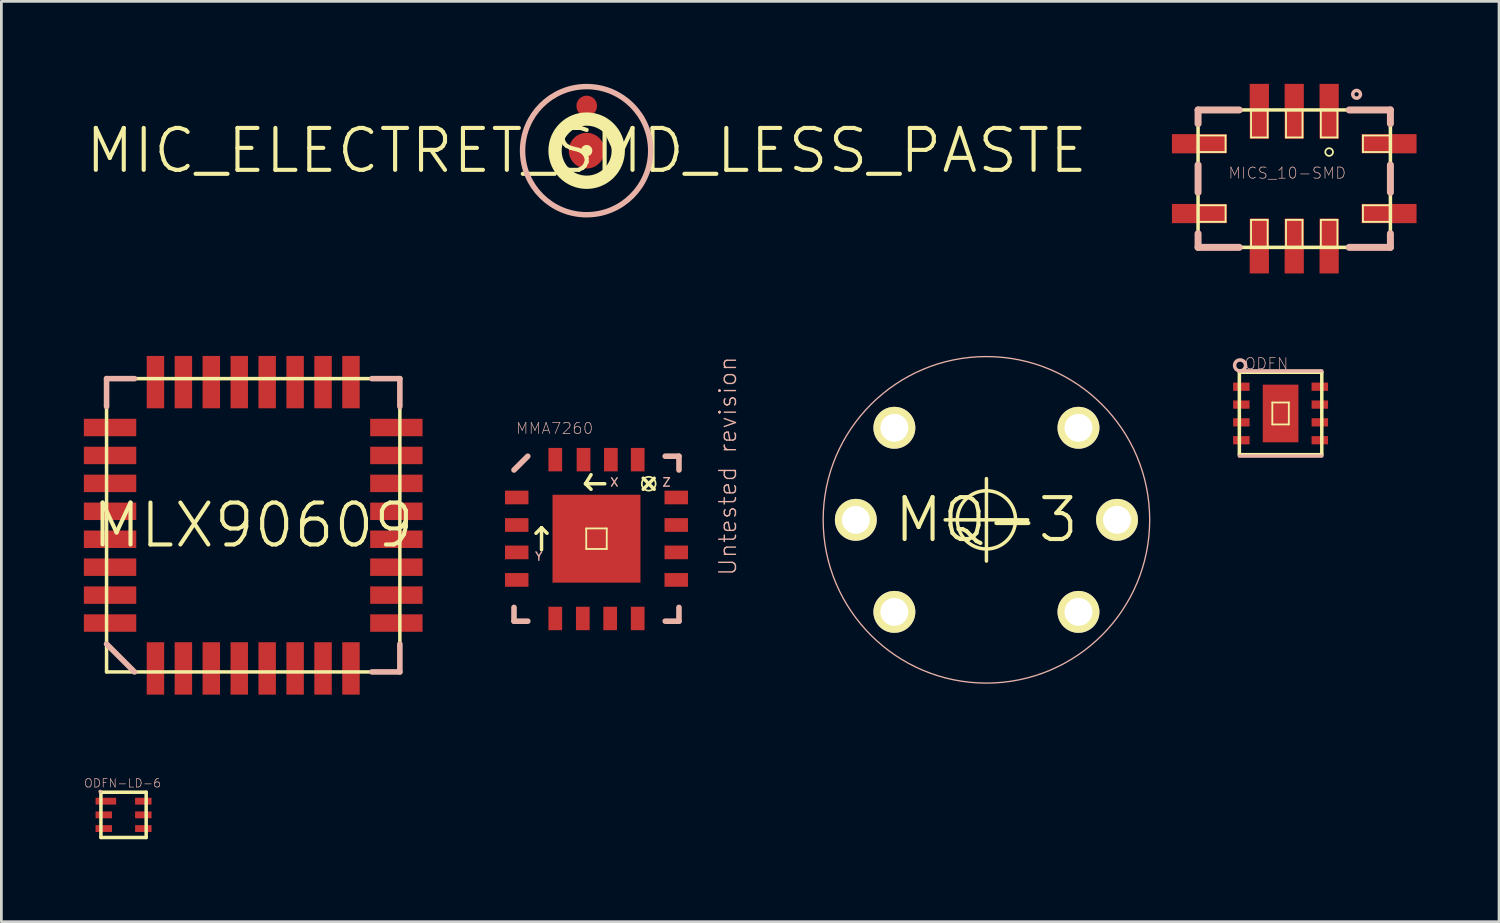
<source format=kicad_pcb>
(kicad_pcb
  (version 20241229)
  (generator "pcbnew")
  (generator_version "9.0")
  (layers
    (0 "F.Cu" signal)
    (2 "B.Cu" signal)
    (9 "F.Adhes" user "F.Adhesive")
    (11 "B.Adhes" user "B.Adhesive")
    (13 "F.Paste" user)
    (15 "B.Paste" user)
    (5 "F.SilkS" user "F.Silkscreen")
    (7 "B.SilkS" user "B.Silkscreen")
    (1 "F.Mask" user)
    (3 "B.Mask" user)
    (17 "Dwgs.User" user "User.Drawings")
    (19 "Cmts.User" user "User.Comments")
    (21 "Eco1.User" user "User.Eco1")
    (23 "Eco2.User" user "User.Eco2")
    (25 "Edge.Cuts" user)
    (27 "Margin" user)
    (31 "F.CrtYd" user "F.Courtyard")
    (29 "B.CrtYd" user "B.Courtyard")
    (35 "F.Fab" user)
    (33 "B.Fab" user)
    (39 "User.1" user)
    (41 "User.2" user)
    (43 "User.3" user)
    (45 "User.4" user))
  (footprint "MMA7260"
    (layer "F.Cu")
    (at 18.646 16.544)
    (property "Reference" "MMA7260" (at -1.524 -4.013 0) (layer "B.SilkS") (effects (font (size 0.406 0.406) (thickness 0.025))))
    (attr smd)
    (fp_line (start -1.999 -0.399) (end -2.2 -0.198) (stroke (width 0.127) (type solid)) (layer "F.SilkS"))
    (fp_line (start -1.999 -0.399) (end -1.798 -0.198) (stroke (width 0.127) (type solid)) (layer "F.SilkS"))
    (fp_line (start -1.999 0.399) (end -1.999 -0.399) (stroke (width 0.127) (type solid)) (layer "F.SilkS"))
    (fp_line (start -0.399 -1.999) (end -0.198 -2.327) (stroke (width 0.127) (type solid)) (layer "F.SilkS"))
    (fp_line (start -0.399 -1.999) (end -0.198 -1.798) (stroke (width 0.127) (type solid)) (layer "F.SilkS"))
    (fp_line (start -0.373 -0.373) (end 0.373 -0.373) (stroke (width 0.066) (type solid)) (layer "F.SilkS"))
    (fp_line (start -0.373 0.373) (end -0.373 -0.373) (stroke (width 0.066) (type solid)) (layer "F.SilkS"))
    (fp_line (start -0.373 0.373) (end 0.373 0.373) (stroke (width 0.066) (type solid)) (layer "F.SilkS"))
    (fp_line (start 0.3 -1.999) (end -0.399 -1.999) (stroke (width 0.127) (type solid)) (layer "F.SilkS"))
    (fp_line (start 0.373 0.373) (end 0.373 -0.373) (stroke (width 0.066) (type solid)) (layer "F.SilkS"))
    (fp_line (start 2.098 -2.2) (end 1.699 -1.798) (stroke (width 0.127) (type solid)) (layer "F.SilkS"))
    (fp_line (start 2.098 -1.798) (end 1.699 -2.2) (stroke (width 0.127) (type solid)) (layer "F.SilkS"))
    (fp_circle (center 1.9 -1.999) (end 2.078 -2.177) (stroke (width 0.064) (type solid)) (fill no) (layer "F.SilkS"))
    (fp_line (start -3 -2.499) (end -2.499 -3) (stroke (width 0.203) (type solid)) (layer "B.SilkS"))
    (fp_line (start -3 3) (end -3 2.499) (stroke (width 0.203) (type solid)) (layer "B.SilkS"))
    (fp_line (start -3 3) (end -2.499 3) (stroke (width 0.203) (type solid)) (layer "B.SilkS"))
    (fp_line (start 3 -3) (end 2.499 -3) (stroke (width 0.203) (type solid)) (layer "B.SilkS"))
    (fp_line (start 3 -3) (end 3 -2.499) (stroke (width 0.203) (type solid)) (layer "B.SilkS"))
    (fp_line (start 3 2.499) (end 3 3) (stroke (width 0.203) (type solid)) (layer "B.SilkS"))
    (fp_line (start 3 3) (end 2.499 3) (stroke (width 0.203) (type solid)) (layer "B.SilkS"))
    (fp_text user "X" (at 0.65 -2.052 0) (layer "B.SilkS") (effects (font (size 0.305 0.305) (thickness 0.051))))
    (fp_text user "Z" (at 2.55 -2.052 0) (layer "B.SilkS") (effects (font (size 0.305 0.305) (thickness 0.051))))
    (fp_text user "Untested revision" (at 4.775 -2.642 90) (layer "B.SilkS") (effects (font (size 0.61 0.61) (thickness 0.051))))
    (fp_text user "Y" (at -2.098 0.645 0) (layer "B.SilkS") (effects (font (size 0.305 0.305) (thickness 0.051))))
    (pad "1" smd rect (at -2.901 -1.499 180) (size 0.853 0.498) (layers "F.Cu" "F.Mask" "F.Paste"))
    (pad "2" smd rect (at -2.901 -0.498 180) (size 0.853 0.498) (layers "F.Cu" "F.Mask" "F.Paste"))
    (pad "3" smd rect (at -2.901 0.498 180) (size 0.853 0.498) (layers "F.Cu" "F.Mask" "F.Paste"))
    (pad "4" smd rect (at -2.901 1.499 180) (size 0.853 0.498) (layers "F.Cu" "F.Mask" "F.Paste"))
    (pad "5" smd rect (at -1.499 2.901 270) (size 0.853 0.498) (layers "F.Cu" "F.Mask" "F.Paste"))
    (pad "6" smd rect (at -0.498 2.901 270) (size 0.853 0.498) (layers "F.Cu" "F.Mask" "F.Paste"))
    (pad "7" smd rect (at 0.498 2.901 270) (size 0.853 0.498) (layers "F.Cu" "F.Mask" "F.Paste"))
    (pad "8" smd rect (at 1.499 2.901 270) (size 0.853 0.498) (layers "F.Cu" "F.Mask" "F.Paste"))
    (pad "9" smd rect (at 2.901 1.499 180) (size 0.853 0.498) (layers "F.Cu" "F.Mask" "F.Paste"))
    (pad "10" smd rect (at 2.901 0.498 180) (size 0.853 0.498) (layers "F.Cu" "F.Mask" "F.Paste"))
    (pad "11" smd rect (at 2.901 -0.498 180) (size 0.853 0.498) (layers "F.Cu" "F.Mask" "F.Paste"))
    (pad "12" smd rect (at 2.901 -1.499 180) (size 0.853 0.498) (layers "F.Cu" "F.Mask" "F.Paste"))
    (pad "13" smd rect (at 1.499 -2.875 90) (size 0.853 0.498) (layers "F.Cu" "F.Mask" "F.Paste"))
    (pad "14" smd rect (at 0.523 -2.875 90) (size 0.853 0.498) (layers "F.Cu" "F.Mask" "F.Paste"))
    (pad "15" smd rect (at -0.472 -2.875 90) (size 0.853 0.498) (layers "F.Cu" "F.Mask" "F.Paste"))
    (pad "16" smd rect (at -1.499 -2.875 90) (size 0.853 0.498) (layers "F.Cu" "F.Mask" "F.Paste"))
    (pad "PAD" smd rect (at 0 0 270) (size 3.198 3.198) (layers "F.Cu" "F.Mask" "F.Paste")))
  (footprint "ODFN"
    (layer "F.Cu")
    (at 43.528 11.989)
    (property "Reference" "ODFN" (at -0.513 -1.811 0) (layer "B.SilkS") (effects (font (size 0.406 0.406) (thickness 0.025))))
    (attr smd)
    (fp_line (start -1.499 -1.499) (end -1.499 1.499) (stroke (width 0.127) (type solid)) (layer "F.SilkS"))
    (fp_line (start -1.499 1.499) (end 1.499 1.499) (stroke (width 0.127) (type solid)) (layer "F.SilkS"))
    (fp_line (start -0.3 -0.399) (end 0.3 -0.399) (stroke (width 0.066) (type solid)) (layer "F.SilkS"))
    (fp_line (start -0.3 0.399) (end -0.3 -0.399) (stroke (width 0.066) (type solid)) (layer "F.SilkS"))
    (fp_line (start -0.3 0.399) (end 0.3 0.399) (stroke (width 0.066) (type solid)) (layer "F.SilkS"))
    (fp_line (start 0.3 0.399) (end 0.3 -0.399) (stroke (width 0.066) (type solid)) (layer "F.SilkS"))
    (fp_line (start 1.499 -1.499) (end -1.499 -1.499) (stroke (width 0.127) (type solid)) (layer "F.SilkS"))
    (fp_line (start 1.499 1.499) (end 1.499 -1.499) (stroke (width 0.127) (type solid)) (layer "F.SilkS"))
    (fp_line (start -1.499 -1.549) (end -1.448 -1.549) (stroke (width 0.127) (type solid)) (layer "B.SilkS"))
    (fp_line (start -1.499 1.549) (end 1.499 1.549) (stroke (width 0.127) (type solid)) (layer "B.SilkS"))
    (fp_line (start -1.448 -1.549) (end 1.499 -1.549) (stroke (width 0.127) (type solid)) (layer "B.SilkS"))
    (fp_arc (start -1.4986 -1.5494) (mid -1.472657 -1.947261) (end -1.448878 -1.549265) (stroke (width 0.127) (type solid)) (layer "B.SilkS"))
    (pad "1" smd rect (at -1.427 -0.973) (size 0.599 0.3) (layers "F.Cu" "F.Mask" "F.Paste"))
    (pad "2" smd rect (at -1.427 -0.323) (size 0.599 0.3) (layers "F.Cu" "F.Mask" "F.Paste"))
    (pad "3" smd rect (at -1.427 0.323) (size 0.599 0.3) (layers "F.Cu" "F.Mask" "F.Paste"))
    (pad "4" smd rect (at -1.427 0.973) (size 0.599 0.3) (layers "F.Cu" "F.Mask" "F.Paste"))
    (pad "5" smd rect (at 1.427 0.973 180) (size 0.599 0.3) (layers "F.Cu" "F.Mask" "F.Paste"))
    (pad "6" smd rect (at 1.427 0.323 180) (size 0.599 0.3) (layers "F.Cu" "F.Mask" "F.Paste"))
    (pad "7" smd rect (at 1.427 -0.323 180) (size 0.599 0.3) (layers "F.Cu" "F.Mask" "F.Paste"))
    (pad "8" smd rect (at 1.427 -0.973 180) (size 0.599 0.3) (layers "F.Cu" "F.Mask" "F.Paste"))
    (pad "NC" smd rect (at 0 0) (size 1.298 2.098) (layers "F.Cu" "F.Mask" "F.Paste")))
  (footprint "MQ-3"
    (layer "F.Cu")
    (at 32.829 15.858)
    (property "Reference" "MQ-3" (at 0 0 0) (layer "F.SilkS") (effects (font (size 1.524 1.524) (thickness 0.15))))
    (attr exclude_from_pos_files exclude_from_bom)
    (fp_line (start -1.499 0) (end 1.499 0) (stroke (width 0.127) (type solid)) (layer "F.SilkS"))
    (fp_line (start 0 1.499) (end 0 -1.499) (stroke (width 0.127) (type solid)) (layer "F.SilkS"))
    (fp_circle (center 0 0) (end -0.749 0.749) (stroke (width 0.127) (type solid)) (fill no) (layer "F.SilkS"))
    (fp_circle (center 0 0) (end -4.199 4.199) (stroke (width 0.048) (type solid)) (fill no) (layer "B.SilkS"))
    (pad "A1" thru_hole circle (at -3.348 -3.348) (size 1.524 1.524) (drill 1.016) (layers "*.Cu" "F.Mask" "F.SilkS" "F.Paste"))
    (pad "A2" thru_hole circle (at -3.348 3.348) (size 1.524 1.524) (drill 1.016) (layers "*.Cu" "F.Mask" "F.SilkS" "F.Paste"))
    (pad "B1" thru_hole circle (at 3.348 -3.348) (size 1.524 1.524) (drill 1.016) (layers "*.Cu" "F.Mask" "F.SilkS" "F.Paste"))
    (pad "B2" thru_hole circle (at 3.348 3.348) (size 1.524 1.524) (drill 1.016) (layers "*.Cu" "F.Mask" "F.SilkS" "F.Paste"))
    (pad "HA" thru_hole circle (at -4.75 0) (size 1.524 1.524) (drill 1.016) (layers "*.Cu" "F.Mask" "F.SilkS" "F.Paste"))
    (pad "HB" thru_hole circle (at 4.75 0) (size 1.524 1.524) (drill 1.016) (layers "*.Cu" "F.Mask" "F.SilkS" "F.Paste")))
  (footprint "ODFN-LD-6"
    (layer "F.Cu")
    (at 1.444 26.589)
    (property "Reference" "ODFN-LD-6" (at -0.036 -1.151 0) (layer "B.SilkS") (effects (font (size 0.305 0.305) (thickness 0.025))))
    (attr smd)
    (fp_line (start -0.823 -0.823) (end -0.823 0.823) (stroke (width 0.127) (type solid)) (layer "F.SilkS"))
    (fp_line (start 0.823 -0.823) (end -0.823 -0.823) (stroke (width 0.127) (type solid)) (layer "F.SilkS"))
    (fp_line (start 0.823 -0.823) (end 0.823 0.823) (stroke (width 0.127) (type solid)) (layer "F.SilkS"))
    (fp_line (start 0.823 0.823) (end -0.823 0.823) (stroke (width 0.127) (type solid)) (layer "F.SilkS"))
    (fp_circle (center -0.848 -0.848) (end -0.884 -0.884) (stroke (width 0.036) (type solid)) (fill no) (layer "B.SilkS"))
    (pad "1" smd rect (at -0.643 -0.498 270) (size 0.249 0.749) (layers "F.Cu" "F.Mask" "F.Paste"))
    (pad "2" smd rect (at -0.719 0 270) (size 0.249 0.599) (layers "F.Cu" "F.Mask" "F.Paste"))
    (pad "3" smd rect (at -0.719 0.498 270) (size 0.249 0.599) (layers "F.Cu" "F.Mask" "F.Paste"))
    (pad "4" smd rect (at 0.719 0.498 90) (size 0.249 0.599) (layers "F.Cu" "F.Mask" "F.Paste"))
    (pad "5" smd rect (at 0.719 0 270) (size 0.249 0.599) (layers "F.Cu" "F.Mask" "F.Paste"))
    (pad "6" smd rect (at 0.719 -0.498 270) (size 0.249 0.599) (layers "F.Cu" "F.Mask" "F.Paste")))
  (footprint "MICS_10-SMD"
    (layer "F.Cu")
    (at 44.025 3.448)
    (property "Reference" "MICS_10-SMD" (at -0.254 -0.203 0) (layer "B.SilkS") (effects (font (size 0.406 0.406) (thickness 0.025))))
    (attr smd)
    (fp_line (start -3.498 -2.499) (end -3.498 2.499) (stroke (width 0.127) (type solid)) (layer "F.SilkS"))
    (fp_line (start -3.498 -2.499) (end 3.498 -2.499) (stroke (width 0.127) (type solid)) (layer "F.SilkS"))
    (fp_line (start -3.498 -1.57) (end -2.499 -1.57) (stroke (width 0.066) (type solid)) (layer "F.SilkS"))
    (fp_line (start -3.498 -0.968) (end -3.498 -1.57) (stroke (width 0.066) (type solid)) (layer "F.SilkS"))
    (fp_line (start -3.498 -0.968) (end -2.499 -0.968) (stroke (width 0.066) (type solid)) (layer "F.SilkS"))
    (fp_line (start -3.498 0.968) (end -2.499 0.968) (stroke (width 0.066) (type solid)) (layer "F.SilkS"))
    (fp_line (start -3.498 1.57) (end -3.498 0.968) (stroke (width 0.066) (type solid)) (layer "F.SilkS"))
    (fp_line (start -3.498 1.57) (end -2.499 1.57) (stroke (width 0.066) (type solid)) (layer "F.SilkS"))
    (fp_line (start -3.498 2.499) (end 3.498 2.499) (stroke (width 0.127) (type solid)) (layer "F.SilkS"))
    (fp_line (start -2.499 -0.968) (end -2.499 -1.57) (stroke (width 0.066) (type solid)) (layer "F.SilkS"))
    (fp_line (start -2.499 1.57) (end -2.499 0.968) (stroke (width 0.066) (type solid)) (layer "F.SilkS"))
    (fp_line (start -1.57 -2.499) (end -0.968 -2.499) (stroke (width 0.066) (type solid)) (layer "F.SilkS"))
    (fp_line (start -1.57 -1.499) (end -1.57 -2.499) (stroke (width 0.066) (type solid)) (layer "F.SilkS"))
    (fp_line (start -1.57 -1.499) (end -0.968 -1.499) (stroke (width 0.066) (type solid)) (layer "F.SilkS"))
    (fp_line (start -1.57 1.499) (end -0.968 1.499) (stroke (width 0.066) (type solid)) (layer "F.SilkS"))
    (fp_line (start -1.57 2.499) (end -1.57 1.499) (stroke (width 0.066) (type solid)) (layer "F.SilkS"))
    (fp_line (start -1.57 2.499) (end -0.968 2.499) (stroke (width 0.066) (type solid)) (layer "F.SilkS"))
    (fp_line (start -0.968 -1.499) (end -0.968 -2.499) (stroke (width 0.066) (type solid)) (layer "F.SilkS"))
    (fp_line (start -0.968 2.499) (end -0.968 1.499) (stroke (width 0.066) (type solid)) (layer "F.SilkS"))
    (fp_line (start -0.3 -2.499) (end 0.3 -2.499) (stroke (width 0.066) (type solid)) (layer "F.SilkS"))
    (fp_line (start -0.3 -1.499) (end -0.3 -2.499) (stroke (width 0.066) (type solid)) (layer "F.SilkS"))
    (fp_line (start -0.3 -1.499) (end 0.3 -1.499) (stroke (width 0.066) (type solid)) (layer "F.SilkS"))
    (fp_line (start -0.3 1.499) (end 0.3 1.499) (stroke (width 0.066) (type solid)) (layer "F.SilkS"))
    (fp_line (start -0.3 2.499) (end -0.3 1.499) (stroke (width 0.066) (type solid)) (layer "F.SilkS"))
    (fp_line (start -0.3 2.499) (end 0.3 2.499) (stroke (width 0.066) (type solid)) (layer "F.SilkS"))
    (fp_line (start 0.3 -1.499) (end 0.3 -2.499) (stroke (width 0.066) (type solid)) (layer "F.SilkS"))
    (fp_line (start 0.3 2.499) (end 0.3 1.499) (stroke (width 0.066) (type solid)) (layer "F.SilkS"))
    (fp_line (start 0.968 -2.499) (end 1.57 -2.499) (stroke (width 0.066) (type solid)) (layer "F.SilkS"))
    (fp_line (start 0.968 -1.499) (end 0.968 -2.499) (stroke (width 0.066) (type solid)) (layer "F.SilkS"))
    (fp_line (start 0.968 -1.499) (end 1.57 -1.499) (stroke (width 0.066) (type solid)) (layer "F.SilkS"))
    (fp_line (start 0.968 1.499) (end 1.57 1.499) (stroke (width 0.066) (type solid)) (layer "F.SilkS"))
    (fp_line (start 0.968 2.499) (end 0.968 1.499) (stroke (width 0.066) (type solid)) (layer "F.SilkS"))
    (fp_line (start 0.968 2.499) (end 1.57 2.499) (stroke (width 0.066) (type solid)) (layer "F.SilkS"))
    (fp_line (start 1.57 -1.499) (end 1.57 -2.499) (stroke (width 0.066) (type solid)) (layer "F.SilkS"))
    (fp_line (start 1.57 2.499) (end 1.57 1.499) (stroke (width 0.066) (type solid)) (layer "F.SilkS"))
    (fp_line (start 2.499 -1.57) (end 3.498 -1.57) (stroke (width 0.066) (type solid)) (layer "F.SilkS"))
    (fp_line (start 2.499 -0.968) (end 2.499 -1.57) (stroke (width 0.066) (type solid)) (layer "F.SilkS"))
    (fp_line (start 2.499 -0.968) (end 3.498 -0.968) (stroke (width 0.066) (type solid)) (layer "F.SilkS"))
    (fp_line (start 2.499 0.968) (end 3.498 0.968) (stroke (width 0.066) (type solid)) (layer "F.SilkS"))
    (fp_line (start 2.499 1.57) (end 2.499 0.968) (stroke (width 0.066) (type solid)) (layer "F.SilkS"))
    (fp_line (start 2.499 1.57) (end 3.498 1.57) (stroke (width 0.066) (type solid)) (layer "F.SilkS"))
    (fp_line (start 3.498 -2.499) (end 3.498 2.499) (stroke (width 0.127) (type solid)) (layer "F.SilkS"))
    (fp_line (start 3.498 -0.968) (end 3.498 -1.57) (stroke (width 0.066) (type solid)) (layer "F.SilkS"))
    (fp_line (start 3.498 1.57) (end 3.498 0.968) (stroke (width 0.066) (type solid)) (layer "F.SilkS"))
    (fp_circle (center 1.27 -0.968) (end 1.369 -1.067) (stroke (width 0.064) (type solid)) (fill no) (layer "F.SilkS"))
    (fp_line (start -3.498 -2.499) (end -3.498 -1.999) (stroke (width 0.254) (type solid)) (layer "B.SilkS"))
    (fp_line (start -3.498 -2.499) (end -1.999 -2.499) (stroke (width 0.254) (type solid)) (layer "B.SilkS"))
    (fp_line (start -3.498 -0.498) (end -3.498 0.498) (stroke (width 0.254) (type solid)) (layer "B.SilkS"))
    (fp_line (start -3.498 2.499) (end -3.498 1.999) (stroke (width 0.254) (type solid)) (layer "B.SilkS"))
    (fp_line (start -3.498 2.499) (end -1.999 2.499) (stroke (width 0.254) (type solid)) (layer "B.SilkS"))
    (fp_line (start 3.498 -2.499) (end 1.999 -2.499) (stroke (width 0.254) (type solid)) (layer "B.SilkS"))
    (fp_line (start 3.498 -2.499) (end 3.498 -1.999) (stroke (width 0.254) (type solid)) (layer "B.SilkS"))
    (fp_line (start 3.498 -0.498) (end 3.498 0.498) (stroke (width 0.254) (type solid)) (layer "B.SilkS"))
    (fp_line (start 3.498 2.499) (end 1.999 2.499) (stroke (width 0.254) (type solid)) (layer "B.SilkS"))
    (fp_line (start 3.498 2.499) (end 3.498 1.999) (stroke (width 0.254) (type solid)) (layer "B.SilkS"))
    (fp_circle (center 2.268 -3.068) (end 2.367 -3.167) (stroke (width 0.127) (type solid)) (fill no) (layer "B.SilkS"))
    (pad "A" smd rect (at 1.27 -2.449) (size 0.699 1.999) (layers "F.Cu" "F.Mask" "F.Paste"))
    (pad "B" smd rect (at 0 -2.449) (size 0.699 1.999) (layers "F.Cu" "F.Mask" "F.Paste"))
    (pad "C" smd rect (at -1.27 -2.449) (size 0.699 1.999) (layers "F.Cu" "F.Mask" "F.Paste"))
    (pad "D" smd rect (at -3.449 -1.27 90) (size 0.699 1.999) (layers "F.Cu" "F.Mask" "F.Paste"))
    (pad "E" smd rect (at -3.449 1.27 90) (size 0.699 1.999) (layers "F.Cu" "F.Mask" "F.Paste"))
    (pad "F" smd rect (at -1.27 2.449) (size 0.699 1.999) (layers "F.Cu" "F.Mask" "F.Paste"))
    (pad "G" smd rect (at 0 2.449) (size 0.699 1.999) (layers "F.Cu" "F.Mask" "F.Paste"))
    (pad "H" smd rect (at 1.27 2.449) (size 0.699 1.999) (layers "F.Cu" "F.Mask" "F.Paste"))
    (pad "J" smd rect (at 3.449 1.27 90) (size 0.699 1.999) (layers "F.Cu" "F.Mask" "F.Paste"))
    (pad "K" smd rect (at 3.449 -1.27 90) (size 0.699 1.999) (layers "F.Cu" "F.Mask" "F.Paste")))
  (footprint "MIC_ELECTRET_SMD_LESS_PASTE"
    (layer "F.Cu")
    (at 18.288 2.43)
    (property "Reference" "MIC_ELECTRET_SMD_LESS_PASTE" (at 0 0 0) (layer "F.SilkS") (effects (font (size 1.524 1.524) (thickness 0.15))))
    (attr smd)
    (fp_circle (center 0 0) (end -0.81 0.81) (stroke (width 0.373) (type solid)) (fill no) (layer "B.Cu"))
    (fp_circle (center 0 0) (end -0.815 0.815) (stroke (width 0.152) (type solid)) (fill no) (layer "F.SilkS"))
    (fp_circle (center 0 0) (end -0.813 0.813) (stroke (width 0.483) (type solid)) (fill no) (layer "F.SilkS"))
    (fp_circle (center 0 0) (end -0.076 0.076) (stroke (width 0.203) (type solid)) (fill no) (layer "F.SilkS"))
    (fp_circle (center 0 0) (end -1.648 1.648) (stroke (width 0.198) (type solid)) (fill no) (layer "B.SilkS"))
    (pad "1" smd circle (at 0 0) (size 1.298 1.298) (layers "F.Cu" "F.Mask" "F.Paste"))
    (pad "2" smd circle (at 0.003 -1.626) (size 0.749 0.749) (layers "F.Cu" "F.Mask" "F.Paste")))
  (footprint "MLX90609"
    (layer "F.Cu")
    (at 6.16 16.056)
    (property "Reference" "MLX90609" (at 0 0 0) (layer "F.SilkS") (effects (font (size 1.524 1.524) (thickness 0.15))))
    (attr smd)
    (fp_line (start -5.334 -5.334) (end 5.334 -5.334) (stroke (width 0.127) (type solid)) (layer "F.SilkS"))
    (fp_line (start -5.334 5.334) (end -5.334 -5.334) (stroke (width 0.127) (type solid)) (layer "F.SilkS"))
    (fp_line (start 5.334 -5.334) (end 5.334 5.334) (stroke (width 0.127) (type solid)) (layer "F.SilkS"))
    (fp_line (start 5.334 5.334) (end -5.334 5.334) (stroke (width 0.127) (type solid)) (layer "F.SilkS"))
    (fp_line (start -5.334 -5.334) (end -5.334 -4.318) (stroke (width 0.203) (type solid)) (layer "B.SilkS"))
    (fp_line (start -5.334 -5.334) (end -4.318 -5.334) (stroke (width 0.203) (type solid)) (layer "B.SilkS"))
    (fp_line (start -5.334 4.318) (end -4.318 5.334) (stroke (width 0.203) (type solid)) (layer "B.SilkS"))
    (fp_line (start 4.318 -5.334) (end 5.334 -5.334) (stroke (width 0.203) (type solid)) (layer "B.SilkS"))
    (fp_line (start 4.318 5.334) (end 5.334 5.334) (stroke (width 0.203) (type solid)) (layer "B.SilkS"))
    (fp_line (start 5.334 -5.334) (end 5.334 -4.318) (stroke (width 0.203) (type solid)) (layer "B.SilkS"))
    (fp_line (start 5.334 5.334) (end 5.334 4.318) (stroke (width 0.203) (type solid)) (layer "B.SilkS"))
    (pad "1" smd rect (at -5.207 0.508) (size 1.905 0.635) (layers "F.Cu" "F.Mask" "F.Paste"))
    (pad "2" smd rect (at -5.207 1.524) (size 1.905 0.635) (layers "F.Cu" "F.Mask" "F.Paste"))
    (pad "3" smd rect (at -5.207 2.54) (size 1.905 0.635) (layers "F.Cu" "F.Mask" "F.Paste"))
    (pad "4" smd rect (at -5.207 3.556) (size 1.905 0.635) (layers "F.Cu" "F.Mask" "F.Paste"))
    (pad "5" smd rect (at -3.556 5.207 90) (size 1.905 0.635) (layers "F.Cu" "F.Mask" "F.Paste"))
    (pad "6" smd rect (at -2.54 5.207 90) (size 1.905 0.635) (layers "F.Cu" "F.Mask" "F.Paste"))
    (pad "7" smd rect (at -1.524 5.207 90) (size 1.905 0.635) (layers "F.Cu" "F.Mask" "F.Paste"))
    (pad "8" smd rect (at -0.508 5.207 90) (size 1.905 0.635) (layers "F.Cu" "F.Mask" "F.Paste"))
    (pad "9" smd rect (at 0.508 5.207 90) (size 1.905 0.635) (layers "F.Cu" "F.Mask" "F.Paste"))
    (pad "10" smd rect (at 1.524 5.207 90) (size 1.905 0.635) (layers "F.Cu" "F.Mask" "F.Paste"))
    (pad "11" smd rect (at 2.54 5.207 90) (size 1.905 0.635) (layers "F.Cu" "F.Mask" "F.Paste"))
    (pad "12" smd rect (at 3.556 5.207 90) (size 1.905 0.635) (layers "F.Cu" "F.Mask" "F.Paste"))
    (pad "13" smd rect (at 5.207 3.556 180) (size 1.905 0.635) (layers "F.Cu" "F.Mask" "F.Paste"))
    (pad "14" smd rect (at 5.207 2.54 180) (size 1.905 0.635) (layers "F.Cu" "F.Mask" "F.Paste"))
    (pad "15" smd rect (at 5.207 1.524 180) (size 1.905 0.635) (layers "F.Cu" "F.Mask" "F.Paste"))
    (pad "16" smd rect (at 5.207 0.508 180) (size 1.905 0.635) (layers "F.Cu" "F.Mask" "F.Paste"))
    (pad "17" smd rect (at 5.207 -0.508 180) (size 1.905 0.635) (layers "F.Cu" "F.Mask" "F.Paste"))
    (pad "18" smd rect (at 5.207 -1.524 180) (size 1.905 0.635) (layers "F.Cu" "F.Mask" "F.Paste"))
    (pad "19" smd rect (at 5.207 -2.54 180) (size 1.905 0.635) (layers "F.Cu" "F.Mask" "F.Paste"))
    (pad "20" smd rect (at 5.207 -3.556 180) (size 1.905 0.635) (layers "F.Cu" "F.Mask" "F.Paste"))
    (pad "21" smd rect (at 3.556 -5.207 270) (size 1.905 0.635) (layers "F.Cu" "F.Mask" "F.Paste"))
    (pad "22" smd rect (at 2.54 -5.207 270) (size 1.905 0.635) (layers "F.Cu" "F.Mask" "F.Paste"))
    (pad "23" smd rect (at 1.524 -5.207 270) (size 1.905 0.635) (layers "F.Cu" "F.Mask" "F.Paste"))
    (pad "24" smd rect (at 0.508 -5.207 270) (size 1.905 0.635) (layers "F.Cu" "F.Mask" "F.Paste"))
    (pad "25" smd rect (at -0.508 -5.207 270) (size 1.905 0.635) (layers "F.Cu" "F.Mask" "F.Paste"))
    (pad "26" smd rect (at -1.524 -5.207 270) (size 1.905 0.635) (layers "F.Cu" "F.Mask" "F.Paste"))
    (pad "27" smd rect (at -2.54 -5.207 270) (size 1.905 0.635) (layers "F.Cu" "F.Mask" "F.Paste"))
    (pad "28" smd rect (at -3.556 -5.207 270) (size 1.905 0.635) (layers "F.Cu" "F.Mask" "F.Paste"))
    (pad "29" smd rect (at -5.207 -3.556) (size 1.905 0.635) (layers "F.Cu" "F.Mask" "F.Paste"))
    (pad "30" smd rect (at -5.207 -2.54) (size 1.905 0.635) (layers "F.Cu" "F.Mask" "F.Paste"))
    (pad "31" smd rect (at -5.207 -1.524) (size 1.905 0.635) (layers "F.Cu" "F.Mask" "F.Paste"))
    (pad "32" smd rect (at -5.207 -0.508) (size 1.905 0.635) (layers "F.Cu" "F.Mask" "F.Paste")))
  (gr_rect
    (start -3 -3)
    (end 51.474 30.475)
    (stroke (width 0.1) (type default))
    (fill no)
    (layer "Edge.Cuts")))
</source>
